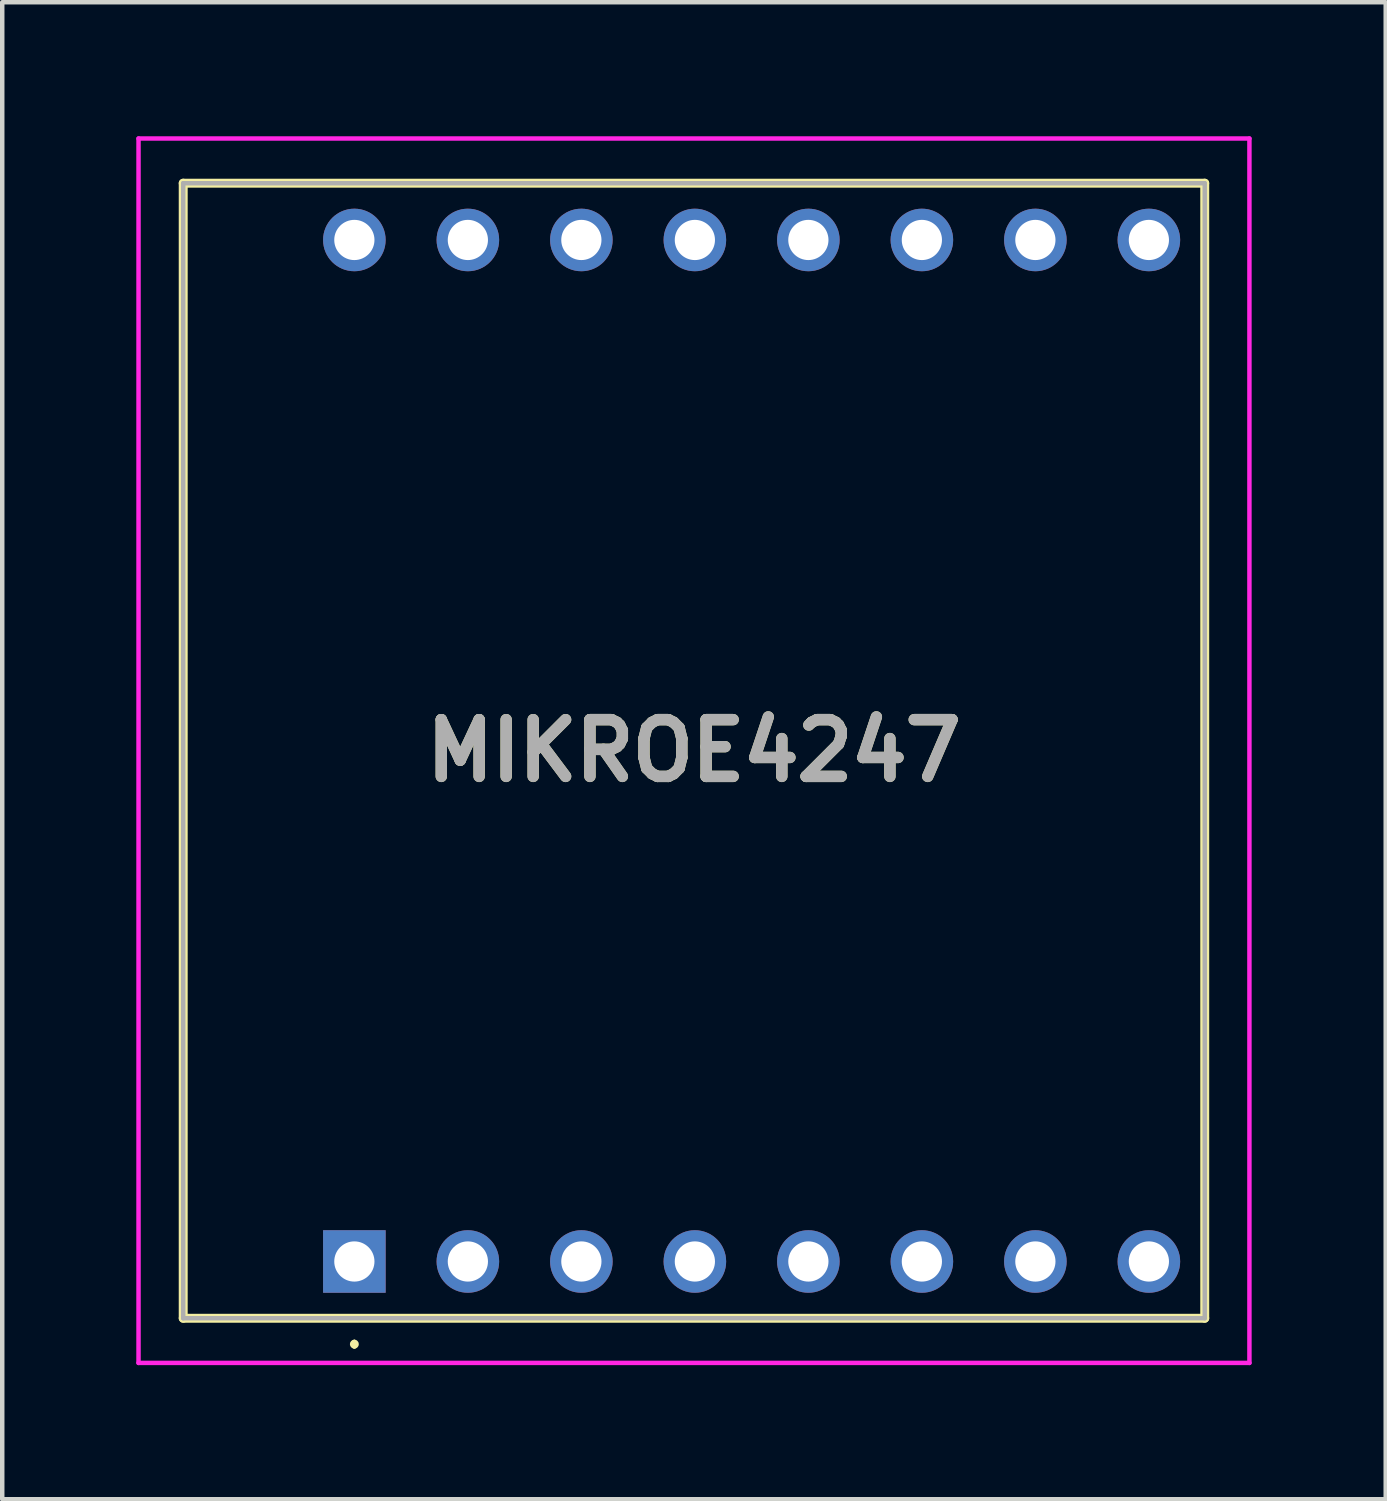
<source format=kicad_pcb>
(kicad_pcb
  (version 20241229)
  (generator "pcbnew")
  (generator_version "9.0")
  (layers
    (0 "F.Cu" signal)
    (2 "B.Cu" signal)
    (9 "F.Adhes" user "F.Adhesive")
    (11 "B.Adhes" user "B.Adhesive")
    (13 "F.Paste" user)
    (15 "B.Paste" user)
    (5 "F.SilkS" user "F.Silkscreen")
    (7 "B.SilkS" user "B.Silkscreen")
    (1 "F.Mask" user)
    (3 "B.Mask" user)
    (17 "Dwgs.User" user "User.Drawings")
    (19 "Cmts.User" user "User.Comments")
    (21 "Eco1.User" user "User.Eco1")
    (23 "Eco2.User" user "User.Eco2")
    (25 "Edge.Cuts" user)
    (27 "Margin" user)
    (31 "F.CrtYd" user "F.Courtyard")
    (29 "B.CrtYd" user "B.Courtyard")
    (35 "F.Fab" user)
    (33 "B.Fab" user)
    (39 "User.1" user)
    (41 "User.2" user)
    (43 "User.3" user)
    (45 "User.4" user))
  (footprint "MIKROE4247"
    (layer "F.Cu")
    (at 4.88 25.18)
    (property "Reference" "MIKROE4247" (at 7.6 -11.43 0) (layer "F.SilkS") (effects (font (size 1.27 1.27) (thickness 0.254))))
    (attr through_hole)
    (fp_line (start -3.83 -24.13) (end 19.03 -24.13) (stroke (width 0.2) (type solid)) (layer "F.SilkS"))
    (fp_line (start -3.83 1.27) (end -3.83 -24.13) (stroke (width 0.2) (type solid)) (layer "F.SilkS"))
    (fp_line (start 0 1.8) (end 0 1.8) (stroke (width 0.1) (type solid)) (layer "F.SilkS"))
    (fp_line (start 0 1.9) (end 0 1.9) (stroke (width 0.1) (type solid)) (layer "F.SilkS"))
    (fp_line (start 19.03 -24.13) (end 19.03 1.27) (stroke (width 0.2) (type solid)) (layer "F.SilkS"))
    (fp_line (start 19.03 1.27) (end -3.83 1.27) (stroke (width 0.2) (type solid)) (layer "F.SilkS"))
    (fp_arc (start 0 1.8) (mid 0.05 1.85) (end 0 1.9) (stroke (width 0.1) (type solid)) (layer "F.SilkS"))
    (fp_arc (start 0 1.9) (mid -0.05 1.85) (end 0 1.8) (stroke (width 0.1) (type solid)) (layer "F.SilkS"))
    (fp_line (start -4.83 -25.13) (end 20.03 -25.13) (stroke (width 0.1) (type solid)) (layer "F.CrtYd"))
    (fp_line (start -4.83 2.27) (end -4.83 -25.13) (stroke (width 0.1) (type solid)) (layer "F.CrtYd"))
    (fp_line (start 20.03 -25.13) (end 20.03 2.27) (stroke (width 0.1) (type solid)) (layer "F.CrtYd"))
    (fp_line (start 20.03 2.27) (end -4.83 2.27) (stroke (width 0.1) (type solid)) (layer "F.CrtYd"))
    (fp_line (start -3.83 -24.13) (end 19.03 -24.13) (stroke (width 0.1) (type solid)) (layer "F.Fab"))
    (fp_line (start -3.83 1.27) (end -3.83 -24.13) (stroke (width 0.1) (type solid)) (layer "F.Fab"))
    (fp_line (start 19.03 -24.13) (end 19.03 1.27) (stroke (width 0.1) (type solid)) (layer "F.Fab"))
    (fp_line (start 19.03 1.27) (end -3.83 1.27) (stroke (width 0.1) (type solid)) (layer "F.Fab"))
    (fp_text user "${REFERENCE}" (at 7.6 -11.43 0) (layer "F.Fab") (effects (font (size 1.27 1.27) (thickness 0.254))))
    (pad "1" thru_hole rect (at 0 0) (size 1.4 1.4) (drill 0.9) (layers "*.Cu" "*.Mask"))
    (pad "2" thru_hole circle (at 2.54 0) (size 1.4 1.4) (drill 0.9) (layers "*.Cu" "*.Mask"))
    (pad "3" thru_hole circle (at 5.08 0) (size 1.4 1.4) (drill 0.9) (layers "*.Cu" "*.Mask"))
    (pad "4" thru_hole circle (at 7.62 0) (size 1.4 1.4) (drill 0.9) (layers "*.Cu" "*.Mask"))
    (pad "5" thru_hole circle (at 10.16 0) (size 1.4 1.4) (drill 0.9) (layers "*.Cu" "*.Mask"))
    (pad "6" thru_hole circle (at 12.7 0) (size 1.4 1.4) (drill 0.9) (layers "*.Cu" "*.Mask"))
    (pad "7" thru_hole circle (at 15.24 0) (size 1.4 1.4) (drill 0.9) (layers "*.Cu" "*.Mask"))
    (pad "8" thru_hole circle (at 17.78 0) (size 1.4 1.4) (drill 0.9) (layers "*.Cu" "*.Mask"))
    (pad "9" thru_hole circle (at 17.78 -22.86) (size 1.4 1.4) (drill 0.9) (layers "*.Cu" "*.Mask"))
    (pad "10" thru_hole circle (at 15.24 -22.86) (size 1.4 1.4) (drill 0.9) (layers "*.Cu" "*.Mask"))
    (pad "11" thru_hole circle (at 12.7 -22.86) (size 1.4 1.4) (drill 0.9) (layers "*.Cu" "*.Mask"))
    (pad "12" thru_hole circle (at 10.16 -22.86) (size 1.4 1.4) (drill 0.9) (layers "*.Cu" "*.Mask"))
    (pad "13" thru_hole circle (at 7.62 -22.86) (size 1.4 1.4) (drill 0.9) (layers "*.Cu" "*.Mask"))
    (pad "14" thru_hole circle (at 5.08 -22.86) (size 1.4 1.4) (drill 0.9) (layers "*.Cu" "*.Mask"))
    (pad "15" thru_hole circle (at 2.54 -22.86) (size 1.4 1.4) (drill 0.9) (layers "*.Cu" "*.Mask"))
    (pad "16" thru_hole circle (at 0 -22.86) (size 1.4 1.4) (drill 0.9) (layers "*.Cu" "*.Mask")))
  (gr_rect
    (start -3 -3)
    (end 27.96 30.5)
    (stroke (width 0.1) (type default))
    (fill no)
    (layer "Edge.Cuts")))
</source>
